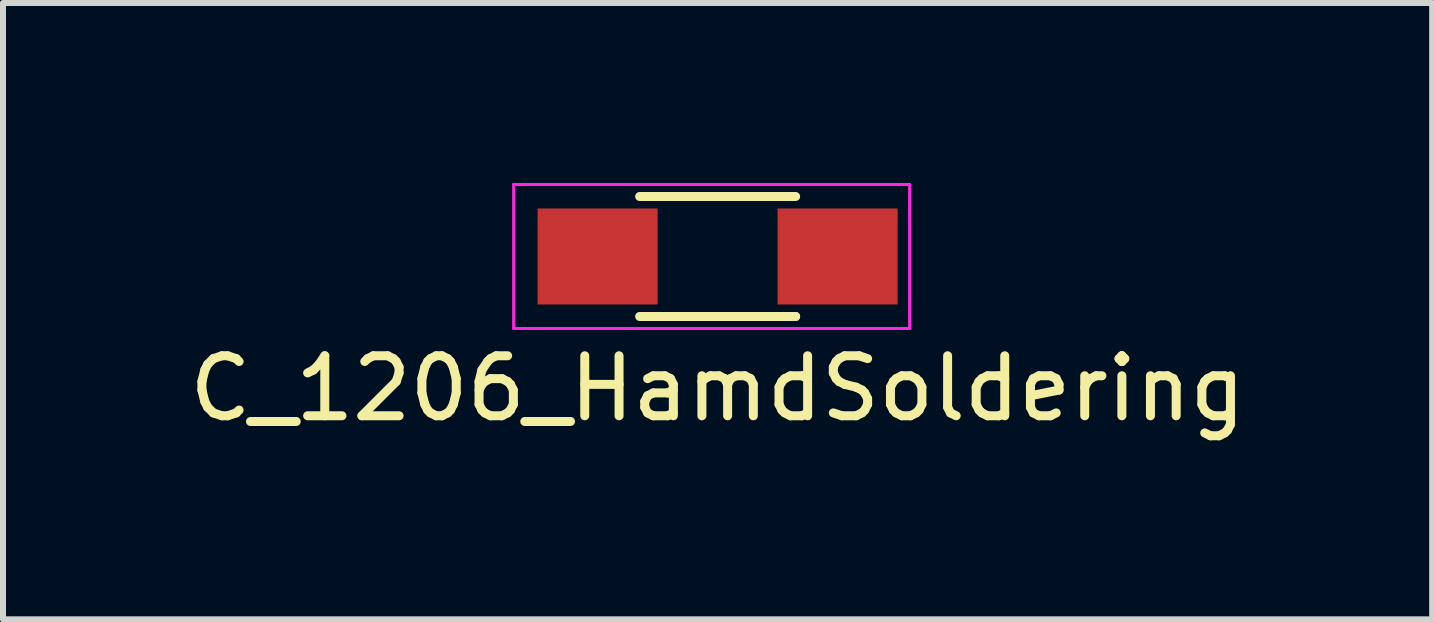
<source format=kicad_pcb>
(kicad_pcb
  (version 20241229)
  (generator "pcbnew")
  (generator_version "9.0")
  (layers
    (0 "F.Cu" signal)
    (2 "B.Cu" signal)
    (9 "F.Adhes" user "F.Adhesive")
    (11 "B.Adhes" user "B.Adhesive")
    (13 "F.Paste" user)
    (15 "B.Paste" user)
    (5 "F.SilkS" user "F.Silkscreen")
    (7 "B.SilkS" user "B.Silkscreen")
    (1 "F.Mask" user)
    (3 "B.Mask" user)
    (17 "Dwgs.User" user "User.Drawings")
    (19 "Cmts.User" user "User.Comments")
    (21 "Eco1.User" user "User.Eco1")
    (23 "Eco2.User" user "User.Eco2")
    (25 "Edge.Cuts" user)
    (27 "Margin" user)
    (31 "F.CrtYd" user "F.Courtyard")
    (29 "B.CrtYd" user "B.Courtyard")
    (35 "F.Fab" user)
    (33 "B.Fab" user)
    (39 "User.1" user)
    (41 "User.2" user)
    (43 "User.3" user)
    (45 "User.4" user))
  (footprint "C_1206_HamdSoldering"
    (layer "F.Cu")
    (at 8.911 1.225)
    (property "Reference" "C_1206_HamdSoldering" (at 0 2.2 0) (layer "F.SilkS") (effects (font (size 1 1) (thickness 0.15))))
    (attr through_hole)
    (fp_line (start -1.3 -1) (end 1.3 -1) (stroke (width 0.15) (type solid)) (layer "F.SilkS"))
    (fp_line (start -1.3 1) (end 1.3 1) (stroke (width 0.15) (type solid)) (layer "F.SilkS"))
    (fp_line (start 1.1 1) (end 1.3 1) (stroke (width 0.15) (type solid)) (layer "F.SilkS"))
    (fp_line (start -3.4 -1.2) (end -3.4 1.2) (stroke (width 0.05) (type solid)) (layer "F.CrtYd"))
    (fp_line (start -3.4 1.2) (end 3.2 1.2) (stroke (width 0.05) (type solid)) (layer "F.CrtYd"))
    (fp_line (start 3.2 -1.2) (end -3.4 -1.2) (stroke (width 0.05) (type solid)) (layer "F.CrtYd"))
    (fp_line (start 3.2 1.2) (end 3.2 -1.2) (stroke (width 0.05) (type solid)) (layer "F.CrtYd"))
    (pad "1" smd rect (at -2 0) (size 2 1.6) (layers "F.Cu" "F.Mask" "F.Paste"))
    (pad "2" smd rect (at 2 0) (size 2 1.6) (layers "F.Cu" "F.Mask" "F.Paste")))
  (gr_rect
    (start -3 -3)
    (end 20.821 7.273)
    (stroke (width 0.1) (type default))
    (fill no)
    (layer "Edge.Cuts")))
</source>
